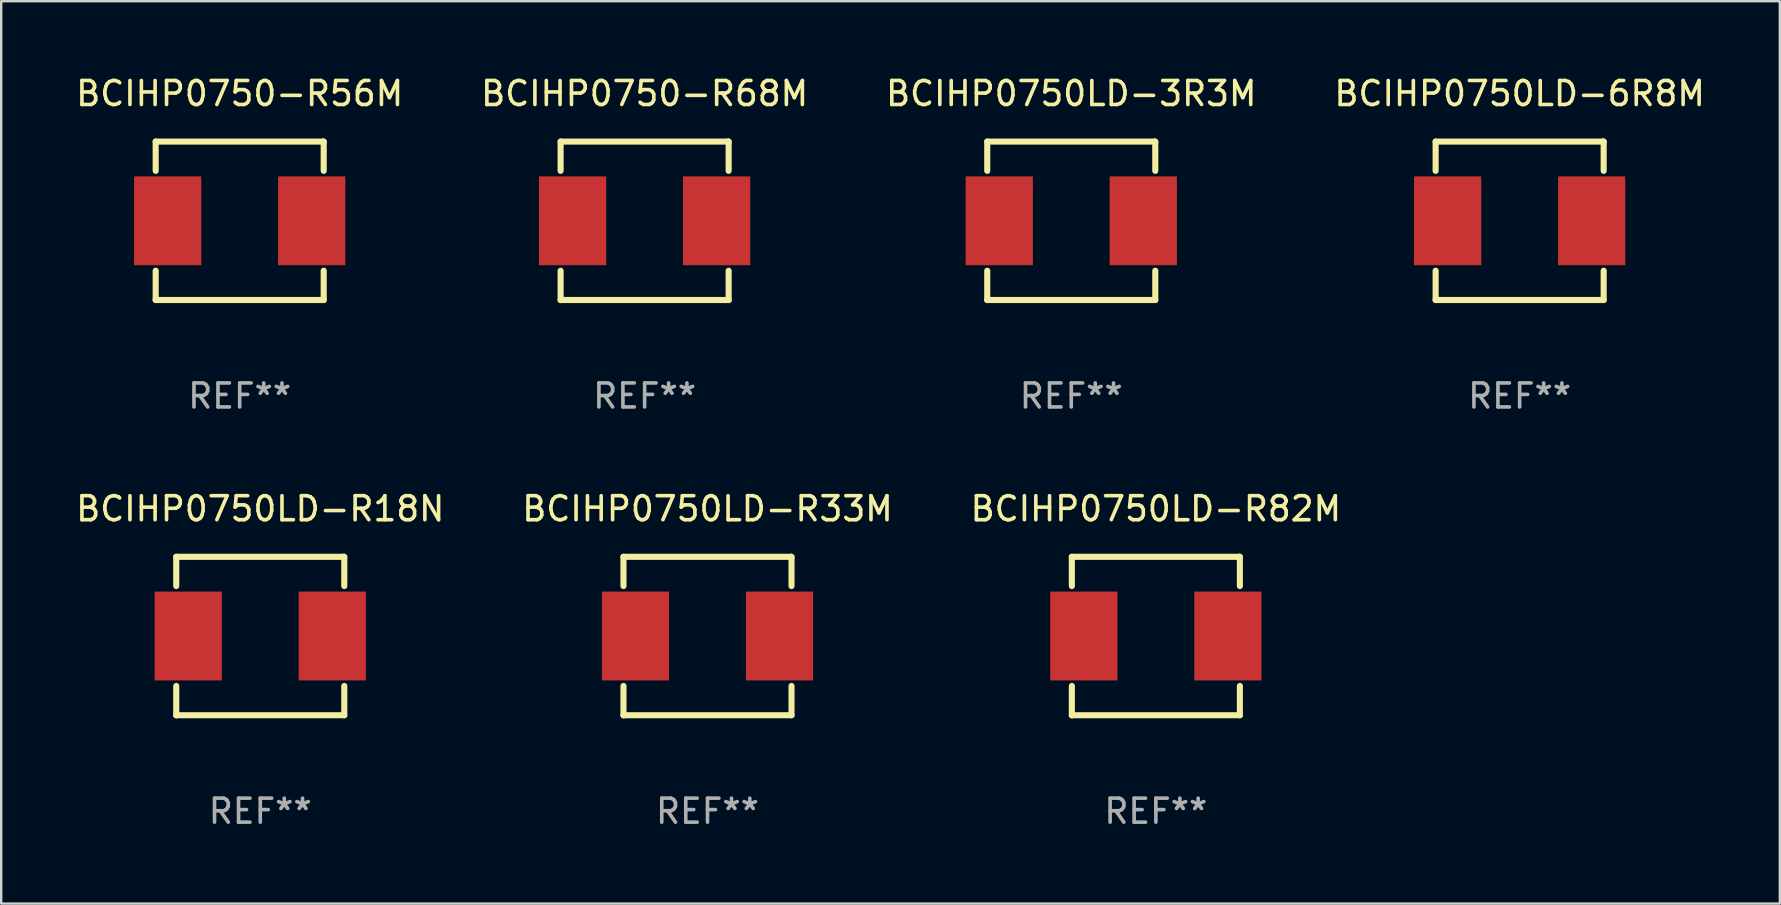
<source format=kicad_pcb>
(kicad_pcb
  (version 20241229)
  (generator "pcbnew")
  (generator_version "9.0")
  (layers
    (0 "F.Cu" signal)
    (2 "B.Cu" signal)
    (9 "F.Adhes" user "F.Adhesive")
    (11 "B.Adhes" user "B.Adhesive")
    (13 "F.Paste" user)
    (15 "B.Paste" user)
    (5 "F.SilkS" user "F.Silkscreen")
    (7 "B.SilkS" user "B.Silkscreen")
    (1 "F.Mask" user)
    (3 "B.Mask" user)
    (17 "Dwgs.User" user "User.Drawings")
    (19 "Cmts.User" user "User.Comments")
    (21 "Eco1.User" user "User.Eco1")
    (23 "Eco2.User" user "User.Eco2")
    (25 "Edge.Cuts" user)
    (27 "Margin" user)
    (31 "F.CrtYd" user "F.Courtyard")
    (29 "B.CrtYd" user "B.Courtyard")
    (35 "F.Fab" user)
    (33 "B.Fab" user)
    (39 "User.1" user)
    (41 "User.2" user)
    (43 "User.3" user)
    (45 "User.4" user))
  (footprint "BCIHP0750-R56M"
    (layer "F.Cu")
    (at 6.935 6.148)
    (property "Reference" "BCIHP0750-R56M" (at 0 -5.3 0) (layer "F.SilkS") (effects (font (size 1 1) (thickness 0.15))))
    (attr through_hole)
    (fp_line (start -3.5 -3.3) (end 3.48 -3.3) (stroke (width 0.254) (type solid)) (layer "F.SilkS"))
    (fp_line (start -3.5 -2.081) (end -3.5 -3.3) (stroke (width 0.254) (type solid)) (layer "F.SilkS"))
    (fp_line (start -3.5 3.3) (end -3.5 2.081) (stroke (width 0.254) (type solid)) (layer "F.SilkS"))
    (fp_line (start -3.49 3.3) (end -3.5 3.3) (stroke (width 0.254) (type solid)) (layer "F.SilkS"))
    (fp_line (start 3.48 -3.3) (end 3.5 -3.28) (stroke (width 0.254) (type solid)) (layer "F.SilkS"))
    (fp_line (start 3.5 -3.3) (end 3.5 -2.081) (stroke (width 0.254) (type solid)) (layer "F.SilkS"))
    (fp_line (start 3.5 2.081) (end 3.5 3.3) (stroke (width 0.254) (type solid)) (layer "F.SilkS"))
    (fp_line (start 3.5 3.3) (end -3.49 3.3) (stroke (width 0.254) (type solid)) (layer "F.SilkS"))
    (fp_circle (center -3.5 3.3) (end -3.47 3.3) (stroke (width 0.06) (type solid)) (fill no) (layer "F.SilkS"))
    (fp_text user "REF**" (at 0 7.3 0) (layer "F.Fab") (effects (font (size 1 1) (thickness 0.15))))
    (pad "1" smd rect (at -3 0) (size 2.8 3.7) (layers "F.Cu" "F.Mask" "F.Paste"))
    (pad "2" smd rect (at 3 0) (size 2.8 3.7) (layers "F.Cu" "F.Mask" "F.Paste")))
  (footprint "BCIHP0750LD-R33M"
    (layer "F.Cu")
    (at 26.423 23.445)
    (property "Reference" "BCIHP0750LD-R33M" (at 0 -5.3 0) (layer "F.SilkS") (effects (font (size 1 1) (thickness 0.15))))
    (attr through_hole)
    (fp_line (start -3.5 -3.3) (end 3.48 -3.3) (stroke (width 0.254) (type solid)) (layer "F.SilkS"))
    (fp_line (start -3.5 -2.081) (end -3.5 -3.3) (stroke (width 0.254) (type solid)) (layer "F.SilkS"))
    (fp_line (start -3.5 3.3) (end -3.5 2.081) (stroke (width 0.254) (type solid)) (layer "F.SilkS"))
    (fp_line (start -3.49 3.3) (end -3.5 3.3) (stroke (width 0.254) (type solid)) (layer "F.SilkS"))
    (fp_line (start 3.48 -3.3) (end 3.5 -3.28) (stroke (width 0.254) (type solid)) (layer "F.SilkS"))
    (fp_line (start 3.5 -3.3) (end 3.5 -2.081) (stroke (width 0.254) (type solid)) (layer "F.SilkS"))
    (fp_line (start 3.5 2.081) (end 3.5 3.3) (stroke (width 0.254) (type solid)) (layer "F.SilkS"))
    (fp_line (start 3.5 3.3) (end -3.49 3.3) (stroke (width 0.254) (type solid)) (layer "F.SilkS"))
    (fp_circle (center -3.5 3.3) (end -3.47 3.3) (stroke (width 0.06) (type solid)) (fill no) (layer "F.SilkS"))
    (fp_text user "REF**" (at 0 7.3 0) (layer "F.Fab") (effects (font (size 1 1) (thickness 0.15))))
    (pad "1" smd rect (at -3 0) (size 2.8 3.7) (layers "F.Cu" "F.Mask" "F.Paste"))
    (pad "2" smd rect (at 3 0) (size 2.8 3.7) (layers "F.Cu" "F.Mask" "F.Paste")))
  (footprint "BCIHP0750LD-6R8M"
    (layer "F.Cu")
    (at 60.256 6.148)
    (property "Reference" "BCIHP0750LD-6R8M" (at 0 -5.3 0) (layer "F.SilkS") (effects (font (size 1 1) (thickness 0.15))))
    (attr through_hole)
    (fp_line (start -3.5 -3.3) (end 3.48 -3.3) (stroke (width 0.254) (type solid)) (layer "F.SilkS"))
    (fp_line (start -3.5 -2.081) (end -3.5 -3.3) (stroke (width 0.254) (type solid)) (layer "F.SilkS"))
    (fp_line (start -3.5 3.3) (end -3.5 2.081) (stroke (width 0.254) (type solid)) (layer "F.SilkS"))
    (fp_line (start -3.49 3.3) (end -3.5 3.3) (stroke (width 0.254) (type solid)) (layer "F.SilkS"))
    (fp_line (start 3.48 -3.3) (end 3.5 -3.28) (stroke (width 0.254) (type solid)) (layer "F.SilkS"))
    (fp_line (start 3.5 -3.3) (end 3.5 -2.081) (stroke (width 0.254) (type solid)) (layer "F.SilkS"))
    (fp_line (start 3.5 2.081) (end 3.5 3.3) (stroke (width 0.254) (type solid)) (layer "F.SilkS"))
    (fp_line (start 3.5 3.3) (end -3.49 3.3) (stroke (width 0.254) (type solid)) (layer "F.SilkS"))
    (fp_circle (center -3.5 3.3) (end -3.47 3.3) (stroke (width 0.06) (type solid)) (fill no) (layer "F.SilkS"))
    (fp_text user "REF**" (at 0 7.3 0) (layer "F.Fab") (effects (font (size 1 1) (thickness 0.15))))
    (pad "1" smd rect (at -3 0) (size 2.8 3.7) (layers "F.Cu" "F.Mask" "F.Paste"))
    (pad "2" smd rect (at 3 0) (size 2.8 3.7) (layers "F.Cu" "F.Mask" "F.Paste")))
  (footprint "BCIHP0750LD-3R3M"
    (layer "F.Cu")
    (at 41.577 6.148)
    (property "Reference" "BCIHP0750LD-3R3M" (at 0 -5.3 0) (layer "F.SilkS") (effects (font (size 1 1) (thickness 0.15))))
    (attr through_hole)
    (fp_line (start -3.5 -3.3) (end 3.48 -3.3) (stroke (width 0.254) (type solid)) (layer "F.SilkS"))
    (fp_line (start -3.5 -2.081) (end -3.5 -3.3) (stroke (width 0.254) (type solid)) (layer "F.SilkS"))
    (fp_line (start -3.5 3.3) (end -3.5 2.081) (stroke (width 0.254) (type solid)) (layer "F.SilkS"))
    (fp_line (start -3.49 3.3) (end -3.5 3.3) (stroke (width 0.254) (type solid)) (layer "F.SilkS"))
    (fp_line (start 3.48 -3.3) (end 3.5 -3.28) (stroke (width 0.254) (type solid)) (layer "F.SilkS"))
    (fp_line (start 3.5 -3.3) (end 3.5 -2.081) (stroke (width 0.254) (type solid)) (layer "F.SilkS"))
    (fp_line (start 3.5 2.081) (end 3.5 3.3) (stroke (width 0.254) (type solid)) (layer "F.SilkS"))
    (fp_line (start 3.5 3.3) (end -3.49 3.3) (stroke (width 0.254) (type solid)) (layer "F.SilkS"))
    (fp_circle (center -3.5 3.3) (end -3.47 3.3) (stroke (width 0.06) (type solid)) (fill no) (layer "F.SilkS"))
    (fp_text user "REF**" (at 0 7.3 0) (layer "F.Fab") (effects (font (size 1 1) (thickness 0.15))))
    (pad "1" smd rect (at -3 0) (size 2.8 3.7) (layers "F.Cu" "F.Mask" "F.Paste"))
    (pad "2" smd rect (at 3 0) (size 2.8 3.7) (layers "F.Cu" "F.Mask" "F.Paste")))
  (footprint "BCIHP0750LD-R18N"
    (layer "F.Cu")
    (at 7.792 23.445)
    (property "Reference" "BCIHP0750LD-R18N" (at 0 -5.3 0) (layer "F.SilkS") (effects (font (size 1 1) (thickness 0.15))))
    (attr through_hole)
    (fp_line (start -3.5 -3.3) (end 3.48 -3.3) (stroke (width 0.254) (type solid)) (layer "F.SilkS"))
    (fp_line (start -3.5 -2.081) (end -3.5 -3.3) (stroke (width 0.254) (type solid)) (layer "F.SilkS"))
    (fp_line (start -3.5 3.3) (end -3.5 2.081) (stroke (width 0.254) (type solid)) (layer "F.SilkS"))
    (fp_line (start -3.49 3.3) (end -3.5 3.3) (stroke (width 0.254) (type solid)) (layer "F.SilkS"))
    (fp_line (start 3.48 -3.3) (end 3.5 -3.28) (stroke (width 0.254) (type solid)) (layer "F.SilkS"))
    (fp_line (start 3.5 -3.3) (end 3.5 -2.081) (stroke (width 0.254) (type solid)) (layer "F.SilkS"))
    (fp_line (start 3.5 2.081) (end 3.5 3.3) (stroke (width 0.254) (type solid)) (layer "F.SilkS"))
    (fp_line (start 3.5 3.3) (end -3.49 3.3) (stroke (width 0.254) (type solid)) (layer "F.SilkS"))
    (fp_circle (center -3.5 3.3) (end -3.47 3.3) (stroke (width 0.06) (type solid)) (fill no) (layer "F.SilkS"))
    (fp_text user "REF**" (at 0 7.3 0) (layer "F.Fab") (effects (font (size 1 1) (thickness 0.15))))
    (pad "1" smd rect (at -3 0) (size 2.8 3.7) (layers "F.Cu" "F.Mask" "F.Paste"))
    (pad "2" smd rect (at 3 0) (size 2.8 3.7) (layers "F.Cu" "F.Mask" "F.Paste")))
  (footprint "BCIHP0750LD-R82M"
    (layer "F.Cu")
    (at 45.101 23.445)
    (property "Reference" "BCIHP0750LD-R82M" (at 0 -5.3 0) (layer "F.SilkS") (effects (font (size 1 1) (thickness 0.15))))
    (attr through_hole)
    (fp_line (start -3.5 -3.3) (end 3.48 -3.3) (stroke (width 0.254) (type solid)) (layer "F.SilkS"))
    (fp_line (start -3.5 -2.081) (end -3.5 -3.3) (stroke (width 0.254) (type solid)) (layer "F.SilkS"))
    (fp_line (start -3.5 3.3) (end -3.5 2.081) (stroke (width 0.254) (type solid)) (layer "F.SilkS"))
    (fp_line (start -3.49 3.3) (end -3.5 3.3) (stroke (width 0.254) (type solid)) (layer "F.SilkS"))
    (fp_line (start 3.48 -3.3) (end 3.5 -3.28) (stroke (width 0.254) (type solid)) (layer "F.SilkS"))
    (fp_line (start 3.5 -3.3) (end 3.5 -2.081) (stroke (width 0.254) (type solid)) (layer "F.SilkS"))
    (fp_line (start 3.5 2.081) (end 3.5 3.3) (stroke (width 0.254) (type solid)) (layer "F.SilkS"))
    (fp_line (start 3.5 3.3) (end -3.49 3.3) (stroke (width 0.254) (type solid)) (layer "F.SilkS"))
    (fp_circle (center -3.5 3.3) (end -3.47 3.3) (stroke (width 0.06) (type solid)) (fill no) (layer "F.SilkS"))
    (fp_text user "REF**" (at 0 7.3 0) (layer "F.Fab") (effects (font (size 1 1) (thickness 0.15))))
    (pad "1" smd rect (at -3 0) (size 2.8 3.7) (layers "F.Cu" "F.Mask" "F.Paste"))
    (pad "2" smd rect (at 3 0) (size 2.8 3.7) (layers "F.Cu" "F.Mask" "F.Paste")))
  (footprint "BCIHP0750-R68M"
    (layer "F.Cu")
    (at 23.804 6.148)
    (property "Reference" "BCIHP0750-R68M" (at 0 -5.3 0) (layer "F.SilkS") (effects (font (size 1 1) (thickness 0.15))))
    (attr through_hole)
    (fp_line (start -3.5 -3.3) (end 3.48 -3.3) (stroke (width 0.254) (type solid)) (layer "F.SilkS"))
    (fp_line (start -3.5 -2.081) (end -3.5 -3.3) (stroke (width 0.254) (type solid)) (layer "F.SilkS"))
    (fp_line (start -3.5 3.3) (end -3.5 2.081) (stroke (width 0.254) (type solid)) (layer "F.SilkS"))
    (fp_line (start -3.49 3.3) (end -3.5 3.3) (stroke (width 0.254) (type solid)) (layer "F.SilkS"))
    (fp_line (start 3.48 -3.3) (end 3.5 -3.28) (stroke (width 0.254) (type solid)) (layer "F.SilkS"))
    (fp_line (start 3.5 -3.3) (end 3.5 -2.081) (stroke (width 0.254) (type solid)) (layer "F.SilkS"))
    (fp_line (start 3.5 2.081) (end 3.5 3.3) (stroke (width 0.254) (type solid)) (layer "F.SilkS"))
    (fp_line (start 3.5 3.3) (end -3.49 3.3) (stroke (width 0.254) (type solid)) (layer "F.SilkS"))
    (fp_circle (center -3.5 3.3) (end -3.47 3.3) (stroke (width 0.06) (type solid)) (fill no) (layer "F.SilkS"))
    (fp_text user "REF**" (at 0 7.3 0) (layer "F.Fab") (effects (font (size 1 1) (thickness 0.15))))
    (pad "1" smd rect (at -3 0) (size 2.8 3.7) (layers "F.Cu" "F.Mask" "F.Paste"))
    (pad "2" smd rect (at 3 0) (size 2.8 3.7) (layers "F.Cu" "F.Mask" "F.Paste")))
  (gr_rect
    (start -3 -3)
    (end 71.095 34.593)
    (stroke (width 0.1) (type default))
    (fill no)
    (layer "Edge.Cuts")))
</source>
